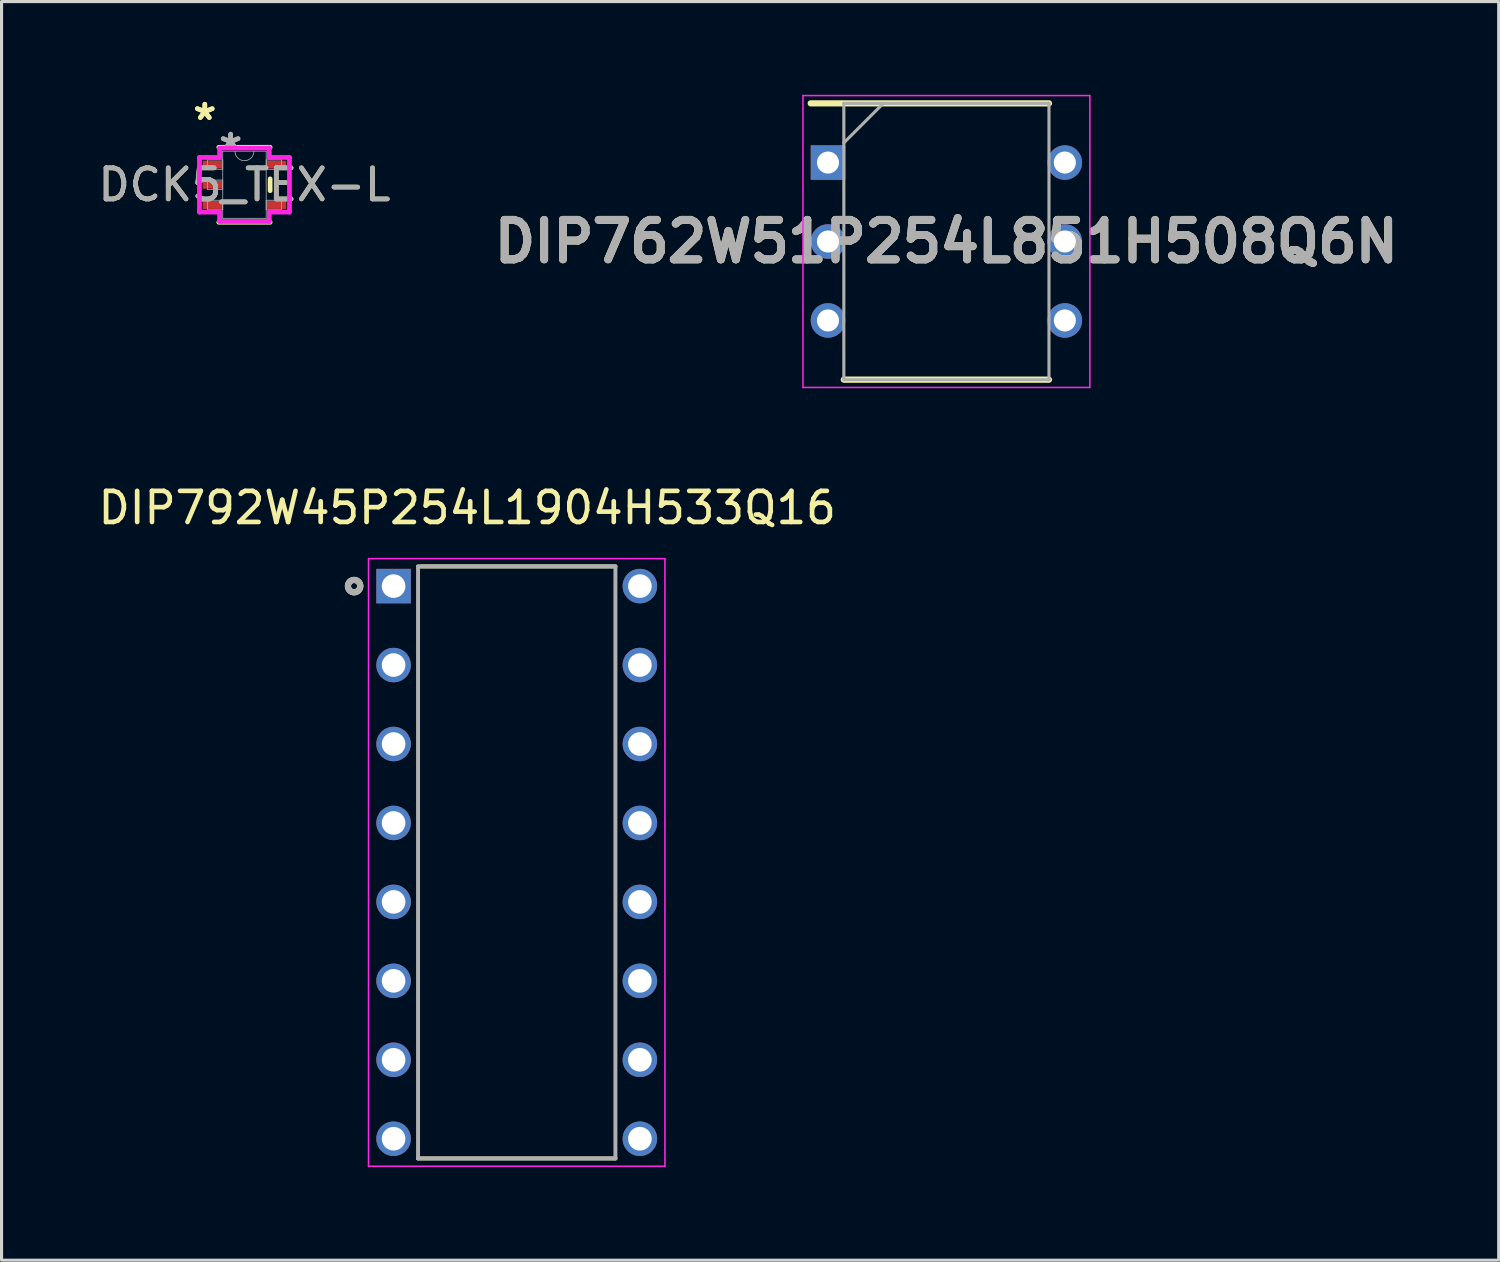
<source format=kicad_pcb>
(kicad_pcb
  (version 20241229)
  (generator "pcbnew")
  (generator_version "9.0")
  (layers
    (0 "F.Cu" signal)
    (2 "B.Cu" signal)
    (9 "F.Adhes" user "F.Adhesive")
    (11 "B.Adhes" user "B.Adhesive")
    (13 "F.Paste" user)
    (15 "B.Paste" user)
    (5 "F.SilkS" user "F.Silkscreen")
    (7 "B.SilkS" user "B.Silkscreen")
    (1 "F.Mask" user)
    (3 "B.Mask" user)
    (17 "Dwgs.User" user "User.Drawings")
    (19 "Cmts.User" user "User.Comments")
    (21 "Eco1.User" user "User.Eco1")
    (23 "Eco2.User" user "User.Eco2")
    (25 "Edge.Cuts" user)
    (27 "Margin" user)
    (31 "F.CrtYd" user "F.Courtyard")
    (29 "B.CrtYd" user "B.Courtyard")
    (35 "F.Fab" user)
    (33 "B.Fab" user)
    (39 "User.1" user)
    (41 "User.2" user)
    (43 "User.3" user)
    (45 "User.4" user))
  (footprint "DIP792W45P254L1904H533Q16"
    (layer "F.Cu")
    (at 13.575 24.697)
    (property "Reference" "DIP792W45P254L1904H533Q16" (at -1.593 -11.409 0) (layer "F.SilkS") (effects (font (size 1 1) (thickness 0.15))))
    (attr through_hole)
    (fp_line (start -3.175 9.524) (end 3.175 9.524) (stroke (width 0.127) (type solid)) (layer "F.SilkS"))
    (fp_line (start -3.087 -9.524) (end 3.175 -9.524) (stroke (width 0.127) (type solid)) (layer "F.SilkS"))
    (fp_circle (center -5.232 -8.89) (end -5.133 -8.89) (stroke (width 0.2) (type solid)) (fill no) (layer "F.SilkS"))
    (fp_line (start -4.768 -9.774) (end -4.768 9.774) (stroke (width 0.05) (type solid)) (layer "F.CrtYd"))
    (fp_line (start -4.768 9.774) (end 4.768 9.774) (stroke (width 0.05) (type solid)) (layer "F.CrtYd"))
    (fp_line (start 4.768 -9.774) (end -4.768 -9.774) (stroke (width 0.05) (type solid)) (layer "F.CrtYd"))
    (fp_line (start 4.768 9.774) (end 4.768 -9.774) (stroke (width 0.05) (type solid)) (layer "F.CrtYd"))
    (fp_line (start -3.175 -9.524) (end -3.175 9.524) (stroke (width 0.127) (type solid)) (layer "F.Fab"))
    (fp_line (start -3.175 -9.524) (end 3.175 -9.524) (stroke (width 0.127) (type solid)) (layer "F.Fab"))
    (fp_line (start -3.175 9.524) (end 3.175 9.524) (stroke (width 0.127) (type solid)) (layer "F.Fab"))
    (fp_line (start 3.175 -9.524) (end 3.175 9.524) (stroke (width 0.127) (type solid)) (layer "F.Fab"))
    (fp_circle (center -5.232 -8.89) (end -5.133 -8.89) (stroke (width 0.2) (type solid)) (fill no) (layer "F.Fab"))
    (pad "1" thru_hole rect (at -3.962 -8.89) (size 1.11 1.11) (drill 0.76) (layers "*.Cu" "*.Mask"))
    (pad "2" thru_hole circle (at -3.962 -6.35) (size 1.11 1.11) (drill 0.76) (layers "*.Cu" "*.Mask"))
    (pad "3" thru_hole circle (at -3.962 -3.81) (size 1.11 1.11) (drill 0.76) (layers "*.Cu" "*.Mask"))
    (pad "4" thru_hole circle (at -3.962 -1.27) (size 1.11 1.11) (drill 0.76) (layers "*.Cu" "*.Mask"))
    (pad "5" thru_hole circle (at -3.962 1.27) (size 1.11 1.11) (drill 0.76) (layers "*.Cu" "*.Mask"))
    (pad "6" thru_hole circle (at -3.962 3.81) (size 1.11 1.11) (drill 0.76) (layers "*.Cu" "*.Mask"))
    (pad "7" thru_hole circle (at -3.962 6.35) (size 1.11 1.11) (drill 0.76) (layers "*.Cu" "*.Mask"))
    (pad "8" thru_hole circle (at -3.962 8.89) (size 1.11 1.11) (drill 0.76) (layers "*.Cu" "*.Mask"))
    (pad "9" thru_hole circle (at 3.962 8.89) (size 1.11 1.11) (drill 0.76) (layers "*.Cu" "*.Mask"))
    (pad "10" thru_hole circle (at 3.962 6.35) (size 1.11 1.11) (drill 0.76) (layers "*.Cu" "*.Mask"))
    (pad "11" thru_hole circle (at 3.962 3.81) (size 1.11 1.11) (drill 0.76) (layers "*.Cu" "*.Mask"))
    (pad "12" thru_hole circle (at 3.962 1.27) (size 1.11 1.11) (drill 0.76) (layers "*.Cu" "*.Mask"))
    (pad "13" thru_hole circle (at 3.962 -1.27) (size 1.11 1.11) (drill 0.76) (layers "*.Cu" "*.Mask"))
    (pad "14" thru_hole circle (at 3.962 -3.81) (size 1.11 1.11) (drill 0.76) (layers "*.Cu" "*.Mask"))
    (pad "15" thru_hole circle (at 3.962 -6.35) (size 1.11 1.11) (drill 0.76) (layers "*.Cu" "*.Mask"))
    (pad "16" thru_hole circle (at 3.962 -8.89) (size 1.11 1.11) (drill 0.76) (layers "*.Cu" "*.Mask")))
  (footprint "DIP762W51P254L851H508Q6N"
    (layer "F.Cu")
    (at 27.399 4.72)
    (property "Reference" "DIP762W51P254L851H508Q6N" (at 0 0 0) (layer "F.SilkS") (effects (font (size 1.27 1.27) (thickness 0.254))))
    (attr through_hole)
    (fp_line (start -4.365 -4.445) (end 3.3 -4.445) (stroke (width 0.2) (type solid)) (layer "F.SilkS"))
    (fp_line (start -3.3 4.445) (end 3.3 4.445) (stroke (width 0.2) (type solid)) (layer "F.SilkS"))
    (fp_line (start -4.615 -4.695) (end 4.615 -4.695) (stroke (width 0.05) (type solid)) (layer "F.CrtYd"))
    (fp_line (start -4.615 4.695) (end -4.615 -4.695) (stroke (width 0.05) (type solid)) (layer "F.CrtYd"))
    (fp_line (start 4.615 -4.695) (end 4.615 4.695) (stroke (width 0.05) (type solid)) (layer "F.CrtYd"))
    (fp_line (start 4.615 4.695) (end -4.615 4.695) (stroke (width 0.05) (type solid)) (layer "F.CrtYd"))
    (fp_line (start -3.3 -4.445) (end 3.3 -4.445) (stroke (width 0.1) (type solid)) (layer "F.Fab"))
    (fp_line (start -3.3 -3.175) (end -2.03 -4.445) (stroke (width 0.1) (type solid)) (layer "F.Fab"))
    (fp_line (start -3.3 4.445) (end -3.3 -4.445) (stroke (width 0.1) (type solid)) (layer "F.Fab"))
    (fp_line (start 3.3 -4.445) (end 3.3 4.445) (stroke (width 0.1) (type solid)) (layer "F.Fab"))
    (fp_line (start 3.3 4.445) (end -3.3 4.445) (stroke (width 0.1) (type solid)) (layer "F.Fab"))
    (fp_text user "${REFERENCE}" (at 0 0 0) (layer "F.Fab") (effects (font (size 1.27 1.27) (thickness 0.254))))
    (pad "1" thru_hole rect (at -3.81 -2.54) (size 1.11 1.11) (drill 0.71) (layers "*.Cu" "*.Mask"))
    (pad "2" thru_hole circle (at -3.81 0) (size 1.11 1.11) (drill 0.71) (layers "*.Cu" "*.Mask"))
    (pad "3" thru_hole circle (at -3.81 2.54) (size 1.11 1.11) (drill 0.71) (layers "*.Cu" "*.Mask"))
    (pad "4" thru_hole circle (at 3.81 2.54) (size 1.11 1.11) (drill 0.71) (layers "*.Cu" "*.Mask"))
    (pad "5" thru_hole circle (at 3.81 0) (size 1.11 1.11) (drill 0.71) (layers "*.Cu" "*.Mask"))
    (pad "6" thru_hole circle (at 3.81 -2.54) (size 1.11 1.11) (drill 0.71) (layers "*.Cu" "*.Mask")))
  (footprint "DCK5_TEX-L"
    (layer "F.Cu")
    (at 4.815 2.895)
    (property "Reference" "DCK5_TEX-L" (at 0 0 0) (unlocked yes) (layer "F.SilkS") (effects (font (size 1 1) (thickness 0.15))))
    (attr smd)
    (fp_line (start -0.826 1.206) (end 0.826 1.206) (stroke (width 0.152) (type solid)) (layer "F.SilkS"))
    (fp_line (start 0.826 -1.206) (end -0.826 -1.206) (stroke (width 0.152) (type solid)) (layer "F.SilkS"))
    (fp_line (start 0.826 0.19) (end 0.826 -0.19) (stroke (width 0.152) (type solid)) (layer "F.SilkS"))
    (fp_line (start -1.448 -0.879) (end -0.8 -0.879) (stroke (width 0.152) (type solid)) (layer "F.CrtYd"))
    (fp_line (start -1.448 0.879) (end -1.448 -0.879) (stroke (width 0.152) (type solid)) (layer "F.CrtYd"))
    (fp_line (start -0.8 -1.181) (end 0.8 -1.181) (stroke (width 0.152) (type solid)) (layer "F.CrtYd"))
    (fp_line (start -0.8 -0.879) (end -0.8 -1.181) (stroke (width 0.152) (type solid)) (layer "F.CrtYd"))
    (fp_line (start -0.8 0.879) (end -1.448 0.879) (stroke (width 0.152) (type solid)) (layer "F.CrtYd"))
    (fp_line (start -0.8 1.181) (end -0.8 0.879) (stroke (width 0.152) (type solid)) (layer "F.CrtYd"))
    (fp_line (start 0.8 -1.181) (end 0.8 -0.879) (stroke (width 0.152) (type solid)) (layer "F.CrtYd"))
    (fp_line (start 0.8 -0.879) (end 1.448 -0.879) (stroke (width 0.152) (type solid)) (layer "F.CrtYd"))
    (fp_line (start 0.8 0.879) (end 0.8 1.181) (stroke (width 0.152) (type solid)) (layer "F.CrtYd"))
    (fp_line (start 0.8 1.181) (end -0.8 1.181) (stroke (width 0.152) (type solid)) (layer "F.CrtYd"))
    (fp_line (start 1.448 -0.879) (end 1.448 0.879) (stroke (width 0.152) (type solid)) (layer "F.CrtYd"))
    (fp_line (start 1.448 0.879) (end 0.8 0.879) (stroke (width 0.152) (type solid)) (layer "F.CrtYd"))
    (fp_line (start -1.194 -0.802) (end -1.194 -0.498) (stroke (width 0.025) (type solid)) (layer "F.Fab"))
    (fp_line (start -1.194 -0.498) (end -0.699 -0.498) (stroke (width 0.025) (type solid)) (layer "F.Fab"))
    (fp_line (start -1.194 -0.152) (end -1.194 0.152) (stroke (width 0.025) (type solid)) (layer "F.Fab"))
    (fp_line (start -1.194 0.152) (end -0.699 0.152) (stroke (width 0.025) (type solid)) (layer "F.Fab"))
    (fp_line (start -1.194 0.498) (end -1.194 0.802) (stroke (width 0.025) (type solid)) (layer "F.Fab"))
    (fp_line (start -1.194 0.802) (end -0.699 0.802) (stroke (width 0.025) (type solid)) (layer "F.Fab"))
    (fp_line (start -0.699 -1.079) (end -0.699 1.079) (stroke (width 0.025) (type solid)) (layer "F.Fab"))
    (fp_line (start -0.699 -0.802) (end -1.194 -0.802) (stroke (width 0.025) (type solid)) (layer "F.Fab"))
    (fp_line (start -0.699 -0.498) (end -0.699 -0.802) (stroke (width 0.025) (type solid)) (layer "F.Fab"))
    (fp_line (start -0.699 -0.152) (end -1.194 -0.152) (stroke (width 0.025) (type solid)) (layer "F.Fab"))
    (fp_line (start -0.699 0.152) (end -0.699 -0.152) (stroke (width 0.025) (type solid)) (layer "F.Fab"))
    (fp_line (start -0.699 0.498) (end -1.194 0.498) (stroke (width 0.025) (type solid)) (layer "F.Fab"))
    (fp_line (start -0.699 0.802) (end -0.699 0.498) (stroke (width 0.025) (type solid)) (layer "F.Fab"))
    (fp_line (start -0.699 1.079) (end 0.699 1.079) (stroke (width 0.025) (type solid)) (layer "F.Fab"))
    (fp_line (start 0.699 -1.079) (end -0.699 -1.079) (stroke (width 0.025) (type solid)) (layer "F.Fab"))
    (fp_line (start 0.699 -0.802) (end 0.699 -0.498) (stroke (width 0.025) (type solid)) (layer "F.Fab"))
    (fp_line (start 0.699 -0.498) (end 1.194 -0.498) (stroke (width 0.025) (type solid)) (layer "F.Fab"))
    (fp_line (start 0.699 0.498) (end 0.699 0.802) (stroke (width 0.025) (type solid)) (layer "F.Fab"))
    (fp_line (start 0.699 0.802) (end 1.194 0.802) (stroke (width 0.025) (type solid)) (layer "F.Fab"))
    (fp_line (start 0.699 1.079) (end 0.699 -1.079) (stroke (width 0.025) (type solid)) (layer "F.Fab"))
    (fp_line (start 1.194 -0.802) (end 0.699 -0.802) (stroke (width 0.025) (type solid)) (layer "F.Fab"))
    (fp_line (start 1.194 -0.498) (end 1.194 -0.802) (stroke (width 0.025) (type solid)) (layer "F.Fab"))
    (fp_line (start 1.194 0.498) (end 0.699 0.498) (stroke (width 0.025) (type solid)) (layer "F.Fab"))
    (fp_line (start 1.194 0.802) (end 1.194 0.498) (stroke (width 0.025) (type solid)) (layer "F.Fab"))
    (fp_arc (start 0.3048 -1.0795) (mid 0 -0.7747) (end -0.3048 -1.0795) (stroke (width 0.0254) (type solid)) (layer "F.Fab"))
    (fp_text user "*" (at -1.276 -2.047 0) (unlocked yes) (layer "F.SilkS") (effects (font (size 1 1) (thickness 0.15))))
    (fp_text user "*" (at -1.276 -2.047 0) (layer "F.SilkS") (effects (font (size 1 1) (thickness 0.15))))
    (fp_text user "*" (at -0.445 -1.082 0) (unlocked yes) (layer "F.Fab") (effects (font (size 1 1) (thickness 0.15))))
    (fp_text user "${REFERENCE}" (at 0 0 0) (unlocked yes) (layer "F.Fab") (effects (font (size 1 1) (thickness 0.15))))
    (fp_text user "*" (at -0.445 -1.082 0) (layer "F.Fab") (effects (font (size 1 1) (thickness 0.15))))
    (pad "1" smd rect (at -1.022 -0.65) (size 0.648 0.254) (layers "F.Cu" "F.Mask" "F.Paste"))
    (pad "2" smd rect (at -1.022 0) (size 0.648 0.254) (layers "F.Cu" "F.Mask" "F.Paste"))
    (pad "3" smd rect (at -1.022 0.65) (size 0.648 0.254) (layers "F.Cu" "F.Mask" "F.Paste"))
    (pad "4" smd rect (at 1.022 0.65) (size 0.648 0.254) (layers "F.Cu" "F.Mask" "F.Paste"))
    (pad "5" smd rect (at 1.022 -0.65) (size 0.648 0.254) (layers "F.Cu" "F.Mask" "F.Paste")))
  (gr_rect
    (start -3 -3)
    (end 45.168 37.495)
    (stroke (width 0.1) (type default))
    (fill no)
    (layer "Edge.Cuts")))
</source>
